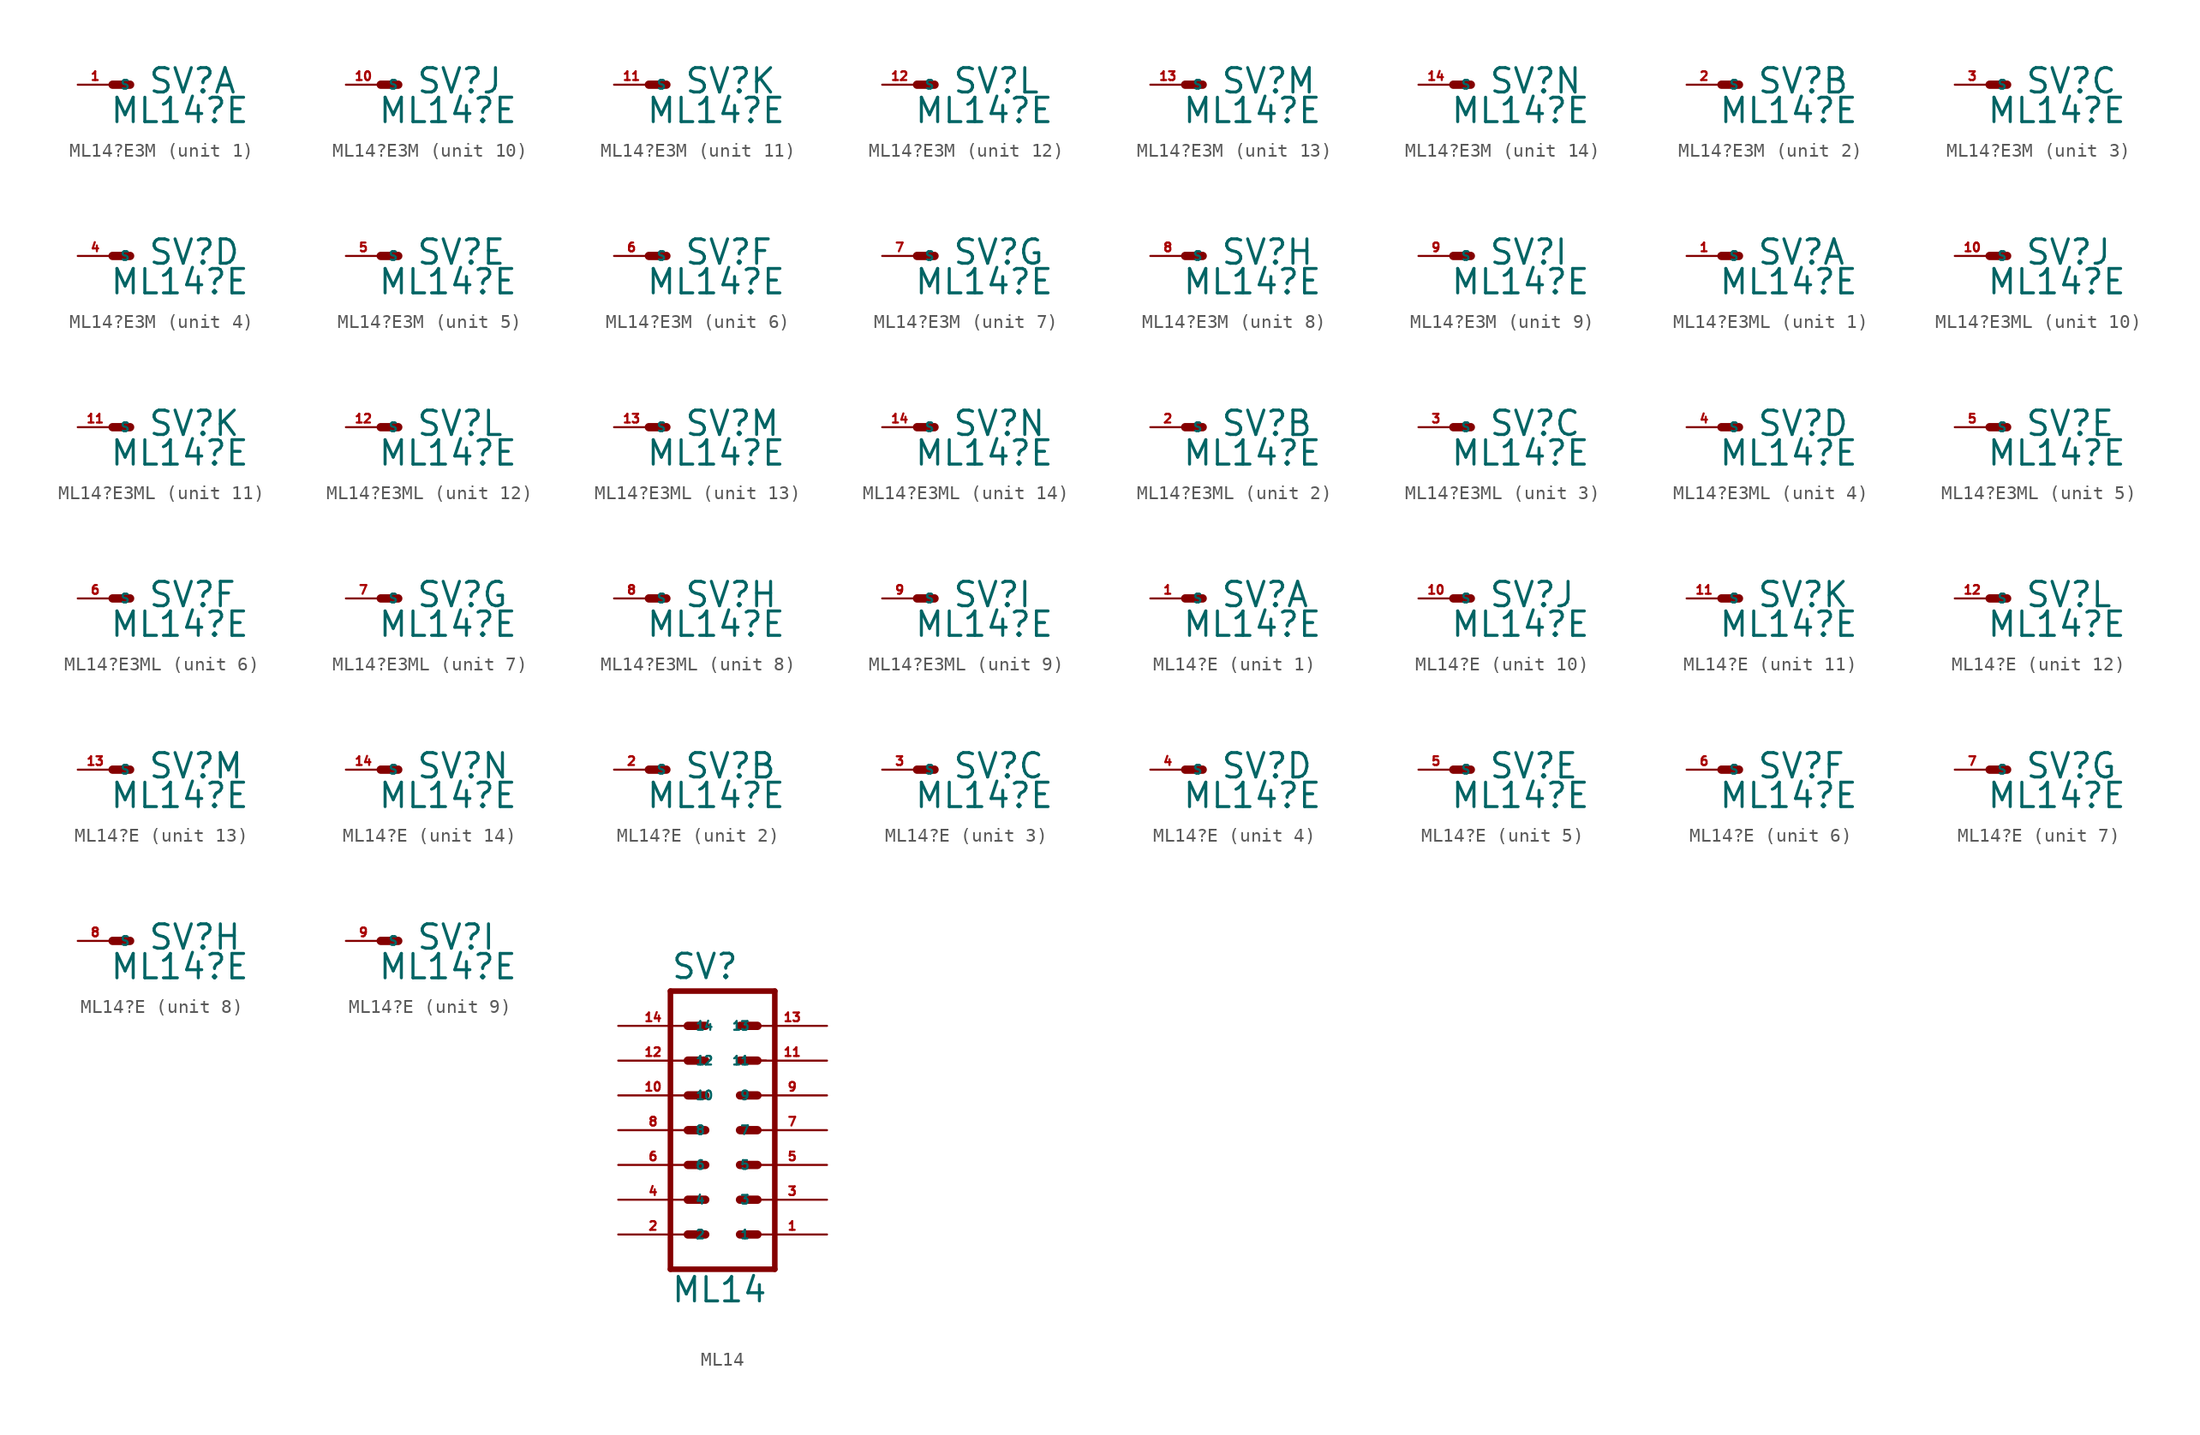
<source format=kicad_sym>
(kicad_symbol_lib
  (version 20220914)
  (generator Eagle2Kicad)
  (symbol "ML14?E3M"
    (property "Reference" "SV"
      (at 2.54 -0.762 0)
      (effects (font (size 1.778 1.778) (thickness 0.22)) (justify left bottom)))
    (property "Value" "ML14?E"
      (at -0.254 -2.921 0)
      (effects (font (size 1.778 1.778) (thickness 0.22)) (justify left bottom)))
    (symbol "ML14?E3M_1_0"
      (polyline (pts (xy 1.27 0) (xy 0 0)) (stroke (width 0.61) (type default)) (fill (type none)))
      (pin passive line (at -2.54 0 0) (length 2.54) (name "S" (effects (font (size 0.635 0.635) (thickness 0.08)) (justify left bottom))) (number "1" (effects (font (size 0.635 0.635) (thickness 0.08)) (justify left bottom)))))
    (symbol "ML14?E3M_2_0"
      (polyline (pts (xy 1.27 0) (xy 0 0)) (stroke (width 0.61) (type default)) (fill (type none)))
      (pin passive line (at -2.54 0 0) (length 2.54) (name "S" (effects (font (size 0.635 0.635) (thickness 0.08)) (justify left bottom))) (number "2" (effects (font (size 0.635 0.635) (thickness 0.08)) (justify left bottom)))))
    (symbol "ML14?E3M_3_0"
      (polyline (pts (xy 1.27 0) (xy 0 0)) (stroke (width 0.61) (type default)) (fill (type none)))
      (pin passive line (at -2.54 0 0) (length 2.54) (name "S" (effects (font (size 0.635 0.635) (thickness 0.08)) (justify left bottom))) (number "3" (effects (font (size 0.635 0.635) (thickness 0.08)) (justify left bottom)))))
    (symbol "ML14?E3M_4_0"
      (polyline (pts (xy 1.27 0) (xy 0 0)) (stroke (width 0.61) (type default)) (fill (type none)))
      (pin passive line (at -2.54 0 0) (length 2.54) (name "S" (effects (font (size 0.635 0.635) (thickness 0.08)) (justify left bottom))) (number "4" (effects (font (size 0.635 0.635) (thickness 0.08)) (justify left bottom)))))
    (symbol "ML14?E3M_5_0"
      (polyline (pts (xy 1.27 0) (xy 0 0)) (stroke (width 0.61) (type default)) (fill (type none)))
      (pin passive line (at -2.54 0 0) (length 2.54) (name "S" (effects (font (size 0.635 0.635) (thickness 0.08)) (justify left bottom))) (number "5" (effects (font (size 0.635 0.635) (thickness 0.08)) (justify left bottom)))))
    (symbol "ML14?E3M_6_0"
      (polyline (pts (xy 1.27 0) (xy 0 0)) (stroke (width 0.61) (type default)) (fill (type none)))
      (pin passive line (at -2.54 0 0) (length 2.54) (name "S" (effects (font (size 0.635 0.635) (thickness 0.08)) (justify left bottom))) (number "6" (effects (font (size 0.635 0.635) (thickness 0.08)) (justify left bottom)))))
    (symbol "ML14?E3M_7_0"
      (polyline (pts (xy 1.27 0) (xy 0 0)) (stroke (width 0.61) (type default)) (fill (type none)))
      (pin passive line (at -2.54 0 0) (length 2.54) (name "S" (effects (font (size 0.635 0.635) (thickness 0.08)) (justify left bottom))) (number "7" (effects (font (size 0.635 0.635) (thickness 0.08)) (justify left bottom)))))
    (symbol "ML14?E3M_8_0"
      (polyline (pts (xy 1.27 0) (xy 0 0)) (stroke (width 0.61) (type default)) (fill (type none)))
      (pin passive line (at -2.54 0 0) (length 2.54) (name "S" (effects (font (size 0.635 0.635) (thickness 0.08)) (justify left bottom))) (number "8" (effects (font (size 0.635 0.635) (thickness 0.08)) (justify left bottom)))))
    (symbol "ML14?E3M_9_0"
      (polyline (pts (xy 1.27 0) (xy 0 0)) (stroke (width 0.61) (type default)) (fill (type none)))
      (pin passive line (at -2.54 0 0) (length 2.54) (name "S" (effects (font (size 0.635 0.635) (thickness 0.08)) (justify left bottom))) (number "9" (effects (font (size 0.635 0.635) (thickness 0.08)) (justify left bottom)))))
    (symbol "ML14?E3M_10_0"
      (polyline (pts (xy 1.27 0) (xy 0 0)) (stroke (width 0.61) (type default)) (fill (type none)))
      (pin passive line (at -2.54 0 0) (length 2.54) (name "S" (effects (font (size 0.635 0.635) (thickness 0.08)) (justify left bottom))) (number "10" (effects (font (size 0.635 0.635) (thickness 0.08)) (justify left bottom)))))
    (symbol "ML14?E3M_11_0"
      (polyline (pts (xy 1.27 0) (xy 0 0)) (stroke (width 0.61) (type default)) (fill (type none)))
      (pin passive line (at -2.54 0 0) (length 2.54) (name "S" (effects (font (size 0.635 0.635) (thickness 0.08)) (justify left bottom))) (number "11" (effects (font (size 0.635 0.635) (thickness 0.08)) (justify left bottom)))))
    (symbol "ML14?E3M_12_0"
      (polyline (pts (xy 1.27 0) (xy 0 0)) (stroke (width 0.61) (type default)) (fill (type none)))
      (pin passive line (at -2.54 0 0) (length 2.54) (name "S" (effects (font (size 0.635 0.635) (thickness 0.08)) (justify left bottom))) (number "12" (effects (font (size 0.635 0.635) (thickness 0.08)) (justify left bottom)))))
    (symbol "ML14?E3M_13_0"
      (polyline (pts (xy 1.27 0) (xy 0 0)) (stroke (width 0.61) (type default)) (fill (type none)))
      (pin passive line (at -2.54 0 0) (length 2.54) (name "S" (effects (font (size 0.635 0.635) (thickness 0.08)) (justify left bottom))) (number "13" (effects (font (size 0.635 0.635) (thickness 0.08)) (justify left bottom)))))
    (symbol "ML14?E3M_14_0"
      (polyline (pts (xy 1.27 0) (xy 0 0)) (stroke (width 0.61) (type default)) (fill (type none)))
      (pin passive line (at -2.54 0 0) (length 2.54) (name "S" (effects (font (size 0.635 0.635) (thickness 0.08)) (justify left bottom))) (number "14" (effects (font (size 0.635 0.635) (thickness 0.08)) (justify left bottom))))))
  (symbol "ML14?E3ML"
    (property "Reference" "SV"
      (at 2.54 -0.762 0)
      (effects (font (size 1.778 1.778) (thickness 0.22)) (justify left bottom)))
    (property "Value" "ML14?E"
      (at -0.254 -2.921 0)
      (effects (font (size 1.778 1.778) (thickness 0.22)) (justify left bottom)))
    (symbol "ML14?E3ML_1_0"
      (polyline (pts (xy 1.27 0) (xy 0 0)) (stroke (width 0.61) (type default)) (fill (type none)))
      (pin passive line (at -2.54 0 0) (length 2.54) (name "S" (effects (font (size 0.635 0.635) (thickness 0.08)) (justify left bottom))) (number "1" (effects (font (size 0.635 0.635) (thickness 0.08)) (justify left bottom)))))
    (symbol "ML14?E3ML_2_0"
      (polyline (pts (xy 1.27 0) (xy 0 0)) (stroke (width 0.61) (type default)) (fill (type none)))
      (pin passive line (at -2.54 0 0) (length 2.54) (name "S" (effects (font (size 0.635 0.635) (thickness 0.08)) (justify left bottom))) (number "2" (effects (font (size 0.635 0.635) (thickness 0.08)) (justify left bottom)))))
    (symbol "ML14?E3ML_3_0"
      (polyline (pts (xy 1.27 0) (xy 0 0)) (stroke (width 0.61) (type default)) (fill (type none)))
      (pin passive line (at -2.54 0 0) (length 2.54) (name "S" (effects (font (size 0.635 0.635) (thickness 0.08)) (justify left bottom))) (number "3" (effects (font (size 0.635 0.635) (thickness 0.08)) (justify left bottom)))))
    (symbol "ML14?E3ML_4_0"
      (polyline (pts (xy 1.27 0) (xy 0 0)) (stroke (width 0.61) (type default)) (fill (type none)))
      (pin passive line (at -2.54 0 0) (length 2.54) (name "S" (effects (font (size 0.635 0.635) (thickness 0.08)) (justify left bottom))) (number "4" (effects (font (size 0.635 0.635) (thickness 0.08)) (justify left bottom)))))
    (symbol "ML14?E3ML_5_0"
      (polyline (pts (xy 1.27 0) (xy 0 0)) (stroke (width 0.61) (type default)) (fill (type none)))
      (pin passive line (at -2.54 0 0) (length 2.54) (name "S" (effects (font (size 0.635 0.635) (thickness 0.08)) (justify left bottom))) (number "5" (effects (font (size 0.635 0.635) (thickness 0.08)) (justify left bottom)))))
    (symbol "ML14?E3ML_6_0"
      (polyline (pts (xy 1.27 0) (xy 0 0)) (stroke (width 0.61) (type default)) (fill (type none)))
      (pin passive line (at -2.54 0 0) (length 2.54) (name "S" (effects (font (size 0.635 0.635) (thickness 0.08)) (justify left bottom))) (number "6" (effects (font (size 0.635 0.635) (thickness 0.08)) (justify left bottom)))))
    (symbol "ML14?E3ML_7_0"
      (polyline (pts (xy 1.27 0) (xy 0 0)) (stroke (width 0.61) (type default)) (fill (type none)))
      (pin passive line (at -2.54 0 0) (length 2.54) (name "S" (effects (font (size 0.635 0.635) (thickness 0.08)) (justify left bottom))) (number "7" (effects (font (size 0.635 0.635) (thickness 0.08)) (justify left bottom)))))
    (symbol "ML14?E3ML_8_0"
      (polyline (pts (xy 1.27 0) (xy 0 0)) (stroke (width 0.61) (type default)) (fill (type none)))
      (pin passive line (at -2.54 0 0) (length 2.54) (name "S" (effects (font (size 0.635 0.635) (thickness 0.08)) (justify left bottom))) (number "8" (effects (font (size 0.635 0.635) (thickness 0.08)) (justify left bottom)))))
    (symbol "ML14?E3ML_9_0"
      (polyline (pts (xy 1.27 0) (xy 0 0)) (stroke (width 0.61) (type default)) (fill (type none)))
      (pin passive line (at -2.54 0 0) (length 2.54) (name "S" (effects (font (size 0.635 0.635) (thickness 0.08)) (justify left bottom))) (number "9" (effects (font (size 0.635 0.635) (thickness 0.08)) (justify left bottom)))))
    (symbol "ML14?E3ML_10_0"
      (polyline (pts (xy 1.27 0) (xy 0 0)) (stroke (width 0.61) (type default)) (fill (type none)))
      (pin passive line (at -2.54 0 0) (length 2.54) (name "S" (effects (font (size 0.635 0.635) (thickness 0.08)) (justify left bottom))) (number "10" (effects (font (size 0.635 0.635) (thickness 0.08)) (justify left bottom)))))
    (symbol "ML14?E3ML_11_0"
      (polyline (pts (xy 1.27 0) (xy 0 0)) (stroke (width 0.61) (type default)) (fill (type none)))
      (pin passive line (at -2.54 0 0) (length 2.54) (name "S" (effects (font (size 0.635 0.635) (thickness 0.08)) (justify left bottom))) (number "11" (effects (font (size 0.635 0.635) (thickness 0.08)) (justify left bottom)))))
    (symbol "ML14?E3ML_12_0"
      (polyline (pts (xy 1.27 0) (xy 0 0)) (stroke (width 0.61) (type default)) (fill (type none)))
      (pin passive line (at -2.54 0 0) (length 2.54) (name "S" (effects (font (size 0.635 0.635) (thickness 0.08)) (justify left bottom))) (number "12" (effects (font (size 0.635 0.635) (thickness 0.08)) (justify left bottom)))))
    (symbol "ML14?E3ML_13_0"
      (polyline (pts (xy 1.27 0) (xy 0 0)) (stroke (width 0.61) (type default)) (fill (type none)))
      (pin passive line (at -2.54 0 0) (length 2.54) (name "S" (effects (font (size 0.635 0.635) (thickness 0.08)) (justify left bottom))) (number "13" (effects (font (size 0.635 0.635) (thickness 0.08)) (justify left bottom)))))
    (symbol "ML14?E3ML_14_0"
      (polyline (pts (xy 1.27 0) (xy 0 0)) (stroke (width 0.61) (type default)) (fill (type none)))
      (pin passive line (at -2.54 0 0) (length 2.54) (name "S" (effects (font (size 0.635 0.635) (thickness 0.08)) (justify left bottom))) (number "14" (effects (font (size 0.635 0.635) (thickness 0.08)) (justify left bottom))))))
  (symbol "ML14?E"
    (property "Reference" "SV"
      (at 2.54 -0.762 0)
      (effects (font (size 1.778 1.778) (thickness 0.22)) (justify left bottom)))
    (property "Value" "ML14?E"
      (at -0.254 -2.921 0)
      (effects (font (size 1.778 1.778) (thickness 0.22)) (justify left bottom)))
    (symbol "ML14?E_1_0"
      (polyline (pts (xy 1.27 0) (xy 0 0)) (stroke (width 0.61) (type default)) (fill (type none)))
      (pin passive line (at -2.54 0 0) (length 2.54) (name "S" (effects (font (size 0.635 0.635) (thickness 0.08)) (justify left bottom))) (number "1" (effects (font (size 0.635 0.635) (thickness 0.08)) (justify left bottom)))))
    (symbol "ML14?E_2_0"
      (polyline (pts (xy 1.27 0) (xy 0 0)) (stroke (width 0.61) (type default)) (fill (type none)))
      (pin passive line (at -2.54 0 0) (length 2.54) (name "S" (effects (font (size 0.635 0.635) (thickness 0.08)) (justify left bottom))) (number "2" (effects (font (size 0.635 0.635) (thickness 0.08)) (justify left bottom)))))
    (symbol "ML14?E_3_0"
      (polyline (pts (xy 1.27 0) (xy 0 0)) (stroke (width 0.61) (type default)) (fill (type none)))
      (pin passive line (at -2.54 0 0) (length 2.54) (name "S" (effects (font (size 0.635 0.635) (thickness 0.08)) (justify left bottom))) (number "3" (effects (font (size 0.635 0.635) (thickness 0.08)) (justify left bottom)))))
    (symbol "ML14?E_4_0"
      (polyline (pts (xy 1.27 0) (xy 0 0)) (stroke (width 0.61) (type default)) (fill (type none)))
      (pin passive line (at -2.54 0 0) (length 2.54) (name "S" (effects (font (size 0.635 0.635) (thickness 0.08)) (justify left bottom))) (number "4" (effects (font (size 0.635 0.635) (thickness 0.08)) (justify left bottom)))))
    (symbol "ML14?E_5_0"
      (polyline (pts (xy 1.27 0) (xy 0 0)) (stroke (width 0.61) (type default)) (fill (type none)))
      (pin passive line (at -2.54 0 0) (length 2.54) (name "S" (effects (font (size 0.635 0.635) (thickness 0.08)) (justify left bottom))) (number "5" (effects (font (size 0.635 0.635) (thickness 0.08)) (justify left bottom)))))
    (symbol "ML14?E_6_0"
      (polyline (pts (xy 1.27 0) (xy 0 0)) (stroke (width 0.61) (type default)) (fill (type none)))
      (pin passive line (at -2.54 0 0) (length 2.54) (name "S" (effects (font (size 0.635 0.635) (thickness 0.08)) (justify left bottom))) (number "6" (effects (font (size 0.635 0.635) (thickness 0.08)) (justify left bottom)))))
    (symbol "ML14?E_7_0"
      (polyline (pts (xy 1.27 0) (xy 0 0)) (stroke (width 0.61) (type default)) (fill (type none)))
      (pin passive line (at -2.54 0 0) (length 2.54) (name "S" (effects (font (size 0.635 0.635) (thickness 0.08)) (justify left bottom))) (number "7" (effects (font (size 0.635 0.635) (thickness 0.08)) (justify left bottom)))))
    (symbol "ML14?E_8_0"
      (polyline (pts (xy 1.27 0) (xy 0 0)) (stroke (width 0.61) (type default)) (fill (type none)))
      (pin passive line (at -2.54 0 0) (length 2.54) (name "S" (effects (font (size 0.635 0.635) (thickness 0.08)) (justify left bottom))) (number "8" (effects (font (size 0.635 0.635) (thickness 0.08)) (justify left bottom)))))
    (symbol "ML14?E_9_0"
      (polyline (pts (xy 1.27 0) (xy 0 0)) (stroke (width 0.61) (type default)) (fill (type none)))
      (pin passive line (at -2.54 0 0) (length 2.54) (name "S" (effects (font (size 0.635 0.635) (thickness 0.08)) (justify left bottom))) (number "9" (effects (font (size 0.635 0.635) (thickness 0.08)) (justify left bottom)))))
    (symbol "ML14?E_10_0"
      (polyline (pts (xy 1.27 0) (xy 0 0)) (stroke (width 0.61) (type default)) (fill (type none)))
      (pin passive line (at -2.54 0 0) (length 2.54) (name "S" (effects (font (size 0.635 0.635) (thickness 0.08)) (justify left bottom))) (number "10" (effects (font (size 0.635 0.635) (thickness 0.08)) (justify left bottom)))))
    (symbol "ML14?E_11_0"
      (polyline (pts (xy 1.27 0) (xy 0 0)) (stroke (width 0.61) (type default)) (fill (type none)))
      (pin passive line (at -2.54 0 0) (length 2.54) (name "S" (effects (font (size 0.635 0.635) (thickness 0.08)) (justify left bottom))) (number "11" (effects (font (size 0.635 0.635) (thickness 0.08)) (justify left bottom)))))
    (symbol "ML14?E_12_0"
      (polyline (pts (xy 1.27 0) (xy 0 0)) (stroke (width 0.61) (type default)) (fill (type none)))
      (pin passive line (at -2.54 0 0) (length 2.54) (name "S" (effects (font (size 0.635 0.635) (thickness 0.08)) (justify left bottom))) (number "12" (effects (font (size 0.635 0.635) (thickness 0.08)) (justify left bottom)))))
    (symbol "ML14?E_13_0"
      (polyline (pts (xy 1.27 0) (xy 0 0)) (stroke (width 0.61) (type default)) (fill (type none)))
      (pin passive line (at -2.54 0 0) (length 2.54) (name "S" (effects (font (size 0.635 0.635) (thickness 0.08)) (justify left bottom))) (number "13" (effects (font (size 0.635 0.635) (thickness 0.08)) (justify left bottom)))))
    (symbol "ML14?E_14_0"
      (polyline (pts (xy 1.27 0) (xy 0 0)) (stroke (width 0.61) (type default)) (fill (type none)))
      (pin passive line (at -2.54 0 0) (length 2.54) (name "S" (effects (font (size 0.635 0.635) (thickness 0.08)) (justify left bottom))) (number "14" (effects (font (size 0.635 0.635) (thickness 0.08)) (justify left bottom))))))
  (symbol "ML14"
    (property "Reference" "SV"
      (at -3.81 10.922 0)
      (effects (font (size 1.778 1.778) (thickness 0.22)) (justify left bottom)))
    (property "Value" "ML14"
      (at -3.81 -12.7 0)
      (effects (font (size 1.778 1.778) (thickness 0.22)) (justify left bottom)))
    (polyline
      (pts (xy 3.81 -10.16) (xy -3.81 -10.16))
      (stroke (width 0.406) (type default))
      (fill (type none)))
    (polyline
      (pts (xy -3.81 10.16) (xy -3.81 -10.16))
      (stroke (width 0.406) (type default))
      (fill (type none)))
    (polyline
      (pts (xy -3.81 10.16) (xy 3.81 10.16))
      (stroke (width 0.406) (type default))
      (fill (type none)))
    (polyline
      (pts (xy 3.81 -10.16) (xy 3.81 10.16))
      (stroke (width 0.406) (type default))
      (fill (type none)))
    (polyline
      (pts (xy 2.54 5.08) (xy 3.175 5.08))
      (stroke (width 0.152) (type default))
      (fill (type none)))
    (polyline
      (pts (xy 1.27 2.54) (xy 2.54 2.54))
      (stroke (width 0.61) (type default))
      (fill (type none)))
    (polyline
      (pts (xy 1.27 0) (xy 2.54 0))
      (stroke (width 0.61) (type default))
      (fill (type none)))
    (polyline
      (pts (xy 1.27 -2.54) (xy 2.54 -2.54))
      (stroke (width 0.61) (type default))
      (fill (type none)))
    (polyline
      (pts (xy 1.27 -5.08) (xy 2.54 -5.08))
      (stroke (width 0.61) (type default))
      (fill (type none)))
    (polyline
      (pts (xy 1.27 -7.62) (xy 2.54 -7.62))
      (stroke (width 0.61) (type default))
      (fill (type none)))
    (polyline
      (pts (xy -2.54 2.54) (xy -1.27 2.54))
      (stroke (width 0.61) (type default))
      (fill (type none)))
    (polyline
      (pts (xy -2.54 0) (xy -1.27 0))
      (stroke (width 0.61) (type default))
      (fill (type none)))
    (polyline
      (pts (xy -2.54 -2.54) (xy -1.27 -2.54))
      (stroke (width 0.61) (type default))
      (fill (type none)))
    (polyline
      (pts (xy -2.54 -5.08) (xy -1.27 -5.08))
      (stroke (width 0.61) (type default))
      (fill (type none)))
    (polyline
      (pts (xy -2.54 -7.62) (xy -1.27 -7.62))
      (stroke (width 0.61) (type default))
      (fill (type none)))
    (polyline
      (pts (xy 1.27 5.08) (xy 2.54 5.08))
      (stroke (width 0.61) (type default))
      (fill (type none)))
    (polyline
      (pts (xy 1.27 7.62) (xy 2.54 7.62))
      (stroke (width 0.61) (type default))
      (fill (type none)))
    (polyline
      (pts (xy -2.54 5.08) (xy -1.27 5.08))
      (stroke (width 0.61) (type default))
      (fill (type none)))
    (polyline
      (pts (xy -2.54 7.62) (xy -1.27 7.62))
      (stroke (width 0.61) (type default))
      (fill (type none)))
    (pin passive line
      (at 7.62 -7.62 180)
      (length 5.08)
      (name "1" (effects (font (size 0.635 0.635) (thickness 0.08)) (justify left bottom)))
      (number "1" (effects (font (size 0.635 0.635) (thickness 0.08)) (justify left bottom))))
    (pin passive line
      (at 7.62 -5.08 180)
      (length 5.08)
      (name "3" (effects (font (size 0.635 0.635) (thickness 0.08)) (justify left bottom)))
      (number "3" (effects (font (size 0.635 0.635) (thickness 0.08)) (justify left bottom))))
    (pin passive line
      (at 7.62 -2.54 180)
      (length 5.08)
      (name "5" (effects (font (size 0.635 0.635) (thickness 0.08)) (justify left bottom)))
      (number "5" (effects (font (size 0.635 0.635) (thickness 0.08)) (justify left bottom))))
    (pin passive line
      (at 7.62 0 180)
      (length 5.08)
      (name "7" (effects (font (size 0.635 0.635) (thickness 0.08)) (justify left bottom)))
      (number "7" (effects (font (size 0.635 0.635) (thickness 0.08)) (justify left bottom))))
    (pin passive line
      (at 7.62 2.54 180)
      (length 5.08)
      (name "9" (effects (font (size 0.635 0.635) (thickness 0.08)) (justify left bottom)))
      (number "9" (effects (font (size 0.635 0.635) (thickness 0.08)) (justify left bottom))))
    (pin passive line
      (at 7.62 5.08 180)
      (length 5.08)
      (name "11" (effects (font (size 0.635 0.635) (thickness 0.08)) (justify left bottom)))
      (number "11" (effects (font (size 0.635 0.635) (thickness 0.08)) (justify left bottom))))
    (pin passive line
      (at 7.62 7.62 180)
      (length 5.08)
      (name "13" (effects (font (size 0.635 0.635) (thickness 0.08)) (justify left bottom)))
      (number "13" (effects (font (size 0.635 0.635) (thickness 0.08)) (justify left bottom))))
    (pin passive line
      (at -7.62 -7.62 0)
      (length 5.08)
      (name "2" (effects (font (size 0.635 0.635) (thickness 0.08)) (justify left bottom)))
      (number "2" (effects (font (size 0.635 0.635) (thickness 0.08)) (justify left bottom))))
    (pin passive line
      (at -7.62 -5.08 0)
      (length 5.08)
      (name "4" (effects (font (size 0.635 0.635) (thickness 0.08)) (justify left bottom)))
      (number "4" (effects (font (size 0.635 0.635) (thickness 0.08)) (justify left bottom))))
    (pin passive line
      (at -7.62 -2.54 0)
      (length 5.08)
      (name "6" (effects (font (size 0.635 0.635) (thickness 0.08)) (justify left bottom)))
      (number "6" (effects (font (size 0.635 0.635) (thickness 0.08)) (justify left bottom))))
    (pin passive line
      (at -7.62 5.08 0)
      (length 5.08)
      (name "12" (effects (font (size 0.635 0.635) (thickness 0.08)) (justify left bottom)))
      (number "12" (effects (font (size 0.635 0.635) (thickness 0.08)) (justify left bottom))))
    (pin passive line
      (at -7.62 7.62 0)
      (length 5.08)
      (name "14" (effects (font (size 0.635 0.635) (thickness 0.08)) (justify left bottom)))
      (number "14" (effects (font (size 0.635 0.635) (thickness 0.08)) (justify left bottom))))
    (pin passive line
      (at -7.62 0 0)
      (length 5.08)
      (name "8" (effects (font (size 0.635 0.635) (thickness 0.08)) (justify left bottom)))
      (number "8" (effects (font (size 0.635 0.635) (thickness 0.08)) (justify left bottom))))
    (pin passive line
      (at -7.62 2.54 0)
      (length 5.08)
      (name "10" (effects (font (size 0.635 0.635) (thickness 0.08)) (justify left bottom)))
      (number "10" (effects (font (size 0.635 0.635) (thickness 0.08)) (justify left bottom))))))
</source>
